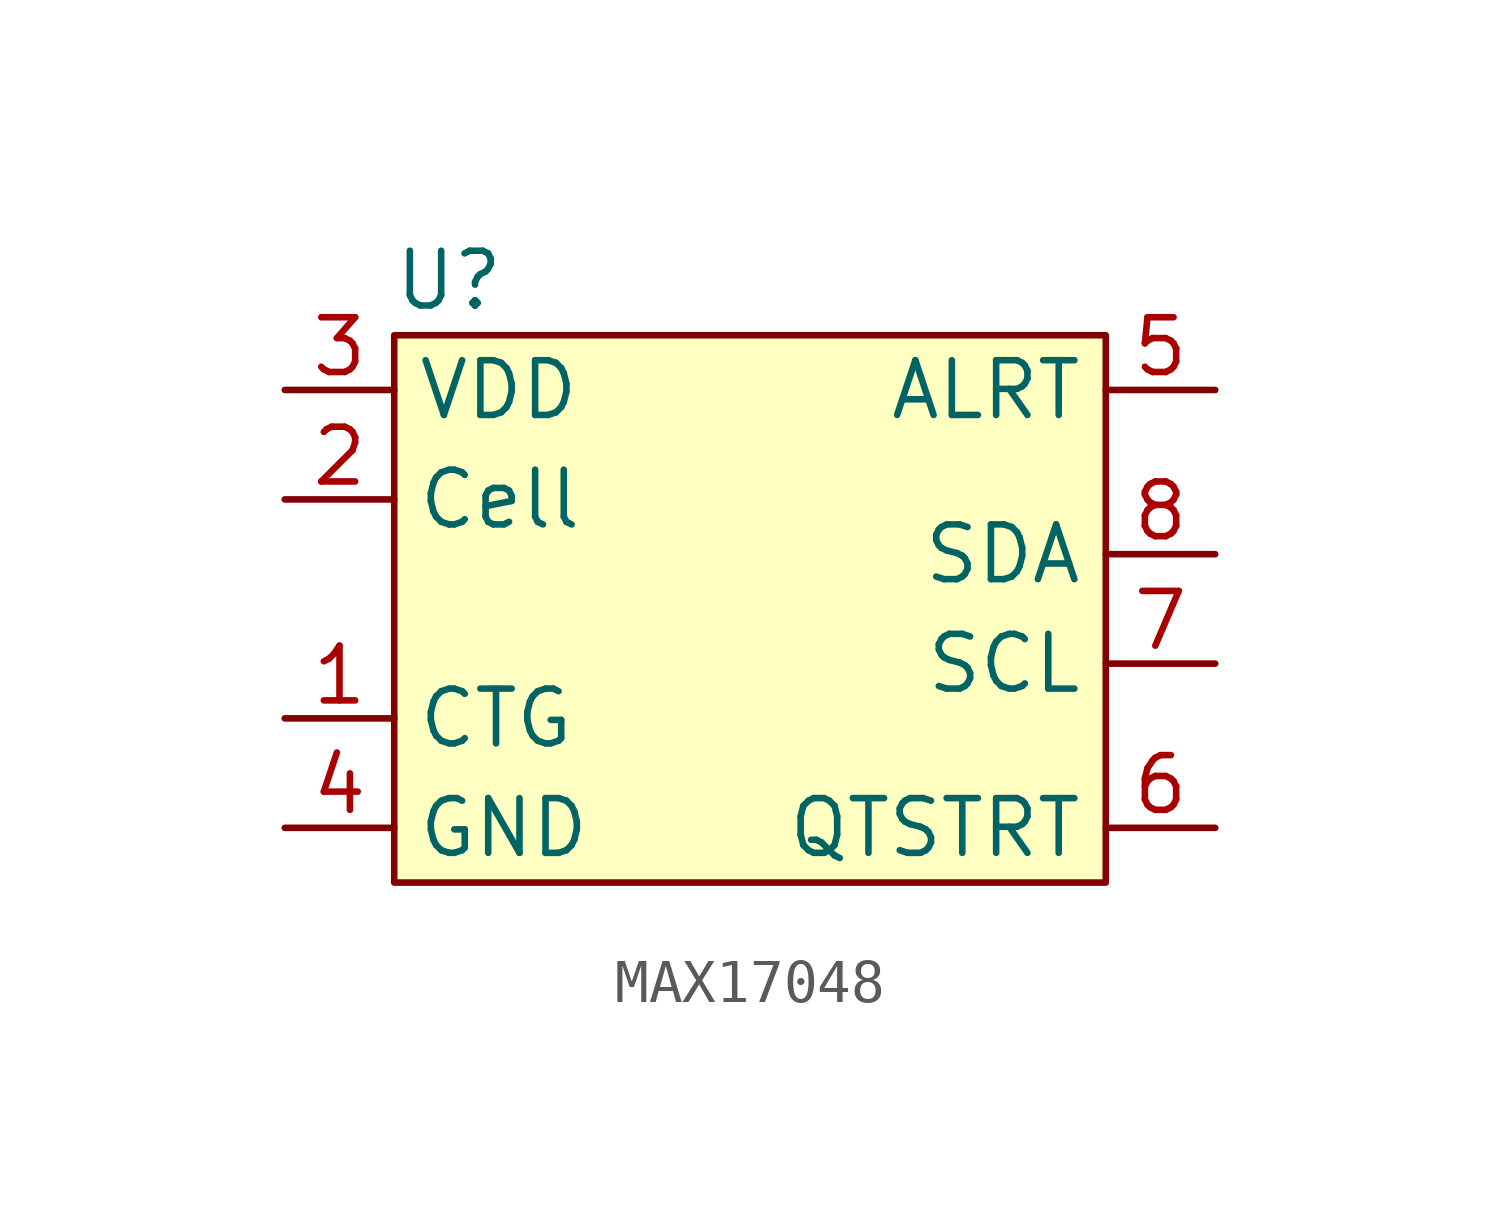
<source format=kicad_sym>
(kicad_symbol_lib
  (version 20220914)
  (generator kicad_symbol_editor)
  (symbol "MAX17048"
    (property "Reference" "U"
      (at -6.35 7.62 0)
      (effects (font (size 1.27 1.27))))
    (property "Value" ""
      (at 0 0 0)
      (effects (font (size 1.27 1.27))))
    (symbol "MAX17048_0_1"
      (rectangle (start -7.62 6.35) (end 8.89 -6.35) (stroke (width 0) (type default)) (fill (type background))))
    (symbol "MAX17048_1_1"
      (pin input line (at -10.16 -2.54 0) (length 2.54) (name "CTG" (effects (font (size 1.27 1.27)))) (number "1" (effects (font (size 1.27 1.27)))))
      (pin input line (at -10.16 2.54 0) (length 2.54) (name "Cell" (effects (font (size 1.27 1.27)))) (number "2" (effects (font (size 1.27 1.27)))))
      (pin input line (at -10.16 5.08 0) (length 2.54) (name "VDD" (effects (font (size 1.27 1.27)))) (number "3" (effects (font (size 1.27 1.27)))))
      (pin input line (at -10.16 -5.08 0) (length 2.54) (name "GND" (effects (font (size 1.27 1.27)))) (number "4" (effects (font (size 1.27 1.27)))))
      (pin input line (at 11.43 5.08 180) (length 2.54) (name "ALRT" (effects (font (size 1.27 1.27)))) (number "5" (effects (font (size 1.27 1.27)))))
      (pin input line (at 11.43 -5.08 180) (length 2.54) (name "QTSTRT" (effects (font (size 1.27 1.27)))) (number "6" (effects (font (size 1.27 1.27)))))
      (pin input line (at 11.43 -1.27 180) (length 2.54) (name "SCL" (effects (font (size 1.27 1.27)))) (number "7" (effects (font (size 1.27 1.27)))))
      (pin input line (at 11.43 1.27 180) (length 2.54) (name "SDA" (effects (font (size 1.27 1.27)))) (number "8" (effects (font (size 1.27 1.27))))))))
</source>
